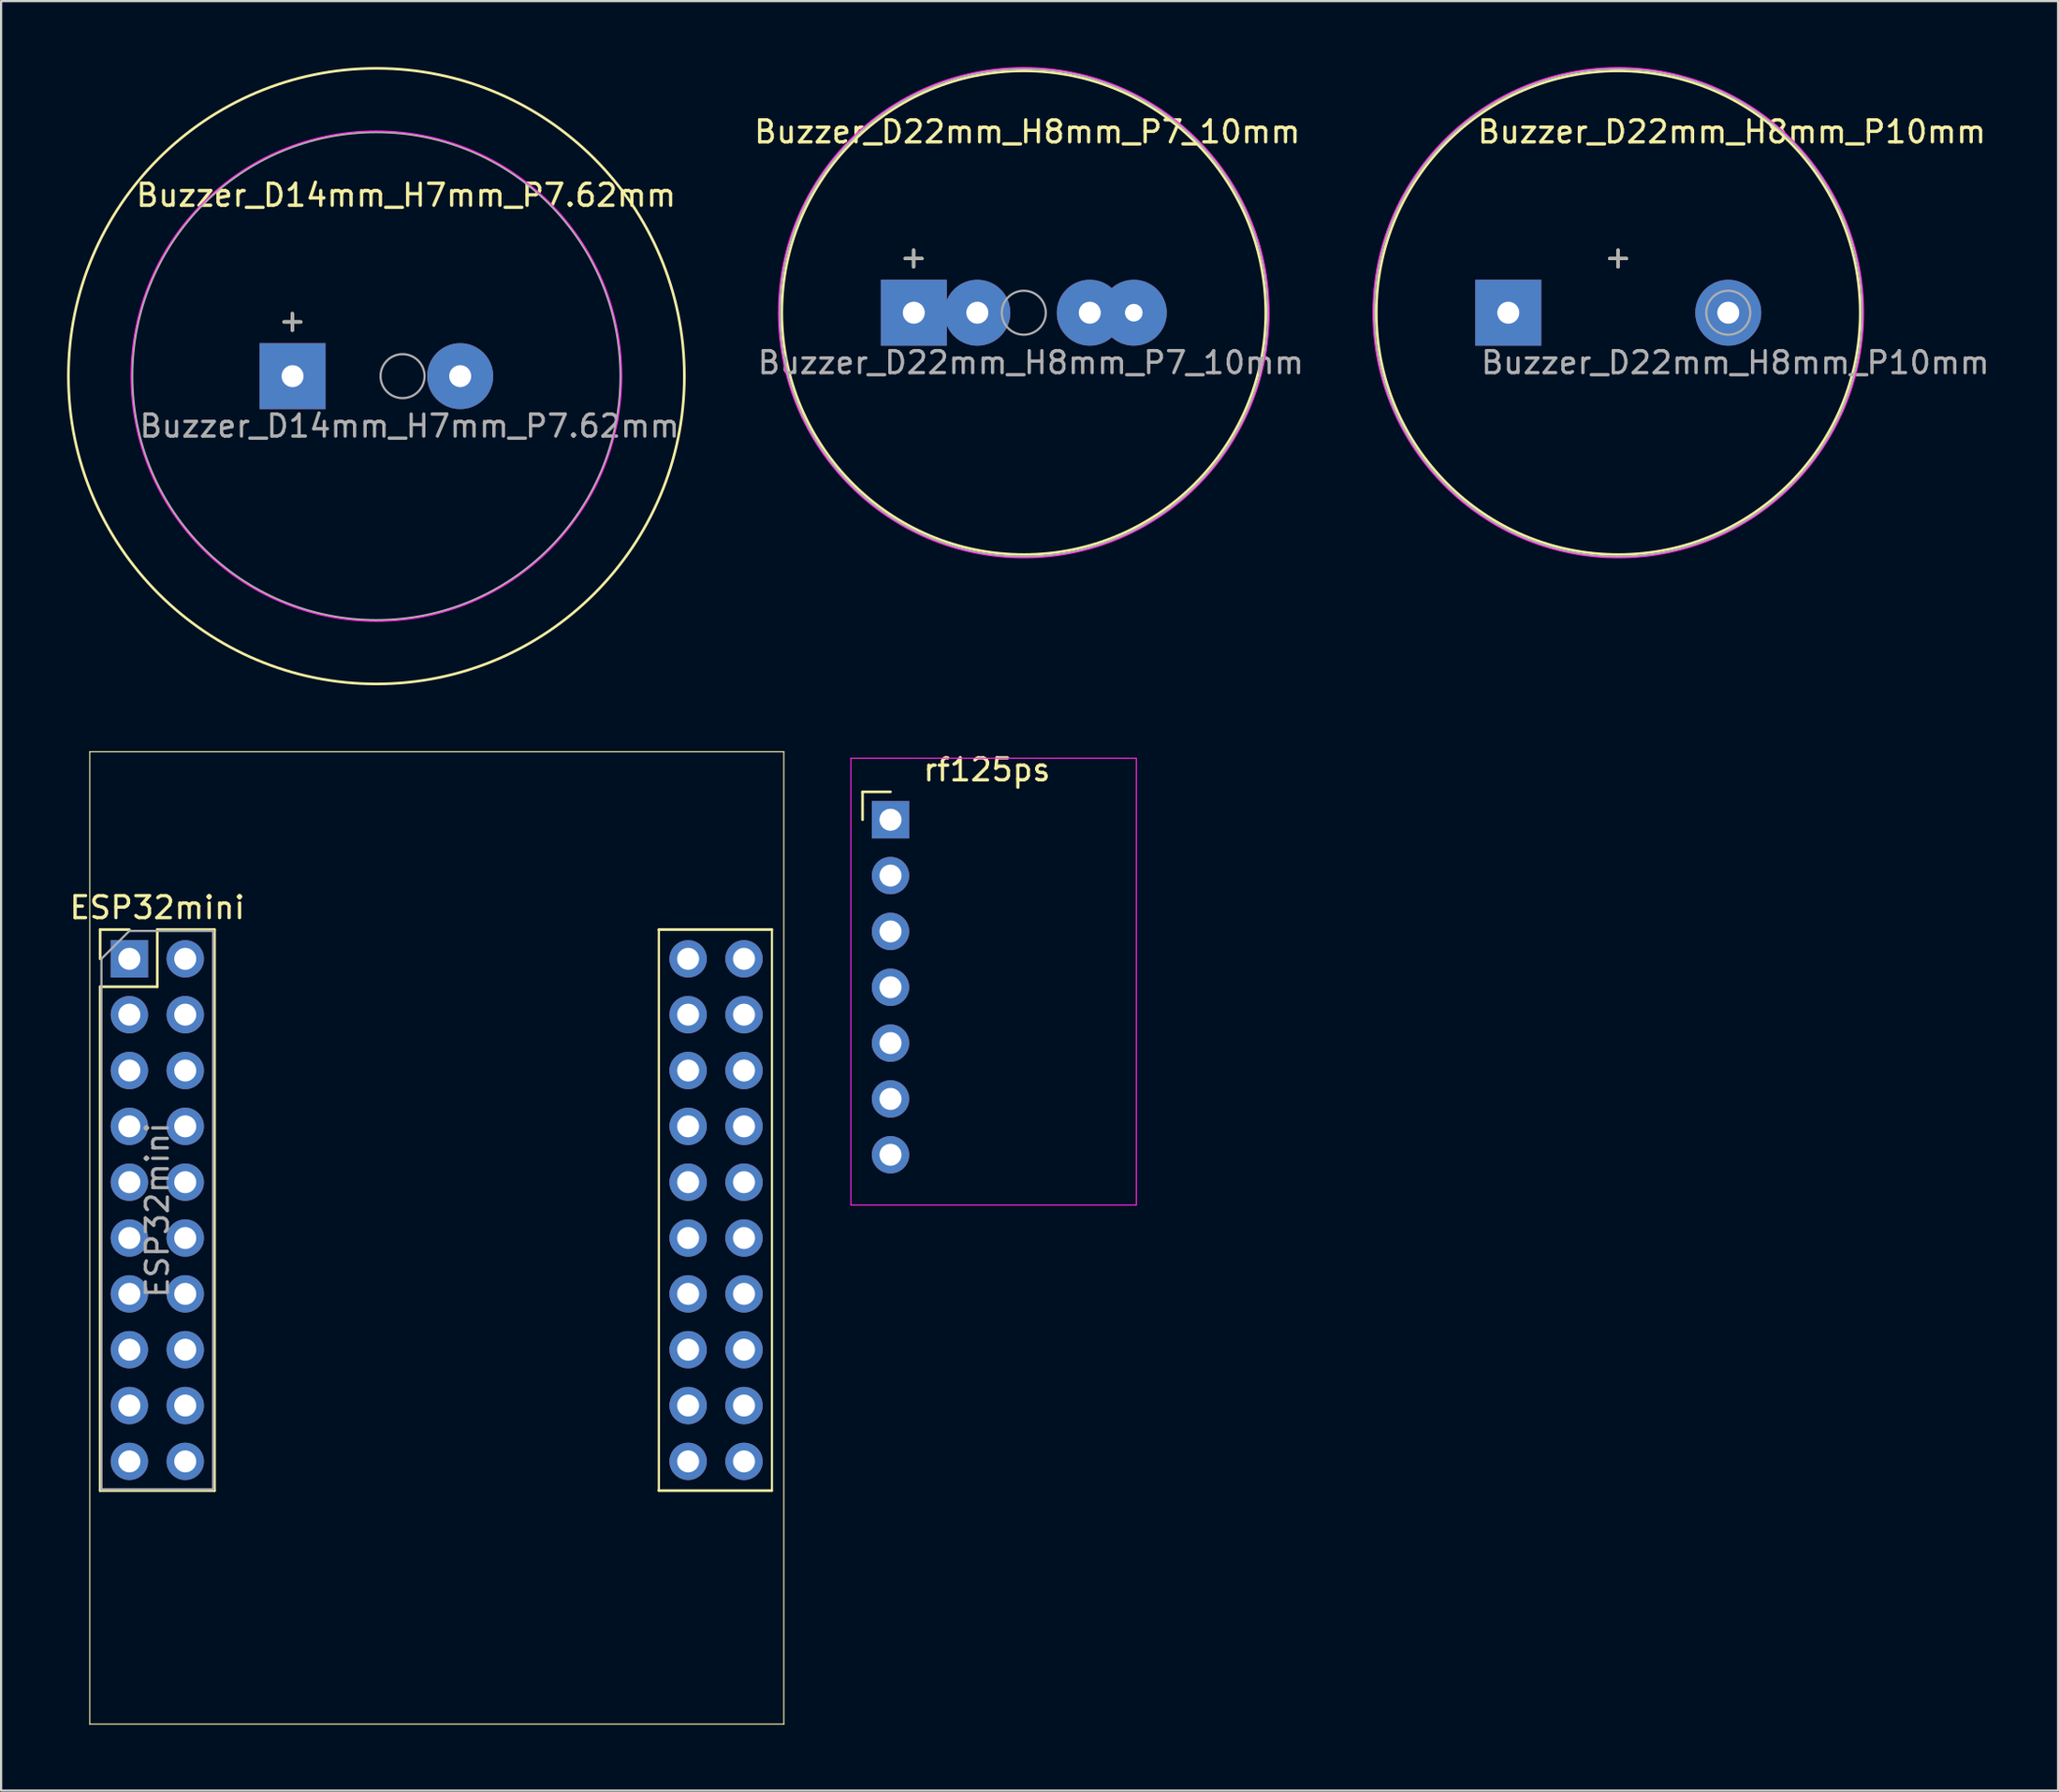
<source format=kicad_pcb>
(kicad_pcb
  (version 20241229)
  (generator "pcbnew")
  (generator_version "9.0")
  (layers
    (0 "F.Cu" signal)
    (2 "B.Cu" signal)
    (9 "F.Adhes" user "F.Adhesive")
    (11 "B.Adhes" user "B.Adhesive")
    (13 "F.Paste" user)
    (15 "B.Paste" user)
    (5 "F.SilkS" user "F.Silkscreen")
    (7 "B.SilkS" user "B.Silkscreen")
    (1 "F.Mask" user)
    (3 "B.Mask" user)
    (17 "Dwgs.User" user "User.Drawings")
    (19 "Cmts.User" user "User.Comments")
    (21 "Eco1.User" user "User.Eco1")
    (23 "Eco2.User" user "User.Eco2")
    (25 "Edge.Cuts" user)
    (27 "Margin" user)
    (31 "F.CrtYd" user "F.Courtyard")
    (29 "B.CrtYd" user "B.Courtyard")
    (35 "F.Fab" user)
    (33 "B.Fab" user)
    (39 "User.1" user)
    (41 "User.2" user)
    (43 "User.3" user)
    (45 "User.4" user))
  (footprint "Buzzer_D22mm_H8mm_P7_10mm"
    (layer "F.Cu")
    (at 38.49 11.175)
    (property "Reference" "Buzzer_D22mm_H8mm_P7_10mm" (at 5.16 -8.23 0) (layer "F.SilkS") (effects (font (size 1 1) (thickness 0.15))))
    (attr through_hole)
    (fp_circle (center 5 0) (end 16 0) (stroke (width 0.12) (type solid)) (fill no) (layer "F.SilkS"))
    (fp_circle (center 5 0) (end 16.15 0) (stroke (width 0.05) (type solid)) (fill no) (layer "F.CrtYd"))
    (fp_circle (center 5 0) (end 6 0) (stroke (width 0.1) (type solid)) (fill no) (layer "F.Fab"))
    (fp_circle (center 5 0) (end 16.1 0) (stroke (width 0.1) (type solid)) (fill no) (layer "F.Fab"))
    (fp_text user "+" (at -0.01 -2.54 0) (layer "F.SilkS") (effects (font (size 1 1) (thickness 0.15))))
    (fp_text user "+" (at -0.01 -2.54 0) (layer "F.Fab") (effects (font (size 1 1) (thickness 0.15))))
    (fp_text user "${REFERENCE}" (at 5.32 2.27 0) (layer "F.Fab") (effects (font (size 1 1) (thickness 0.15))))
    (pad "1" thru_hole rect (at 0 0) (size 3 3) (drill 1) (layers "*.Cu" "*.Mask"))
    (pad "1" thru_hole circle (at 2.888 0) (size 3 3) (drill 1) (layers "*.Cu" "*.Mask"))
    (pad "2" thru_hole circle (at 8 0) (size 3 3) (drill 1) (layers "*.Cu" "*.Mask"))
    (pad "2" thru_hole circle (at 10 0) (size 3 3) (drill 0.8) (layers "*.Cu" "*.Mask")))
  (footprint "rf125ps"
    (layer "F.Cu")
    (at 37.431 34.238)
    (property "Reference" "rf125ps" (at 4.385 -2.27 0) (layer "F.SilkS") (effects (font (size 1 1) (thickness 0.15))))
    (attr through_hole)
    (fp_line (start -1.27 -1.27) (end 0 -1.27) (stroke (width 0.12) (type solid)) (layer "F.SilkS"))
    (fp_line (start -1.27 0) (end -1.27 -1.27) (stroke (width 0.12) (type solid)) (layer "F.SilkS"))
    (fp_line (start -1.8 -2.8) (end -1.8 17.526) (stroke (width 0.05) (type solid)) (layer "F.CrtYd"))
    (fp_line (start -1.8 17.526) (end 11.176 17.526) (stroke (width 0.05) (type solid)) (layer "F.CrtYd"))
    (fp_line (start 11.176 -2.8) (end -1.8 -2.8) (stroke (width 0.05) (type solid)) (layer "F.CrtYd"))
    (fp_line (start 11.176 17.526) (end 11.176 -2.8) (stroke (width 0.05) (type solid)) (layer "F.CrtYd"))
    (fp_line (start -0.32 -0.32) (end -0.32 0.32) (stroke (width 0.1) (type solid)) (layer "F.Fab"))
    (fp_line (start -0.32 2.22) (end -0.32 2.86) (stroke (width 0.1) (type solid)) (layer "F.Fab"))
    (fp_line (start -0.32 4.76) (end -0.32 5.4) (stroke (width 0.1) (type solid)) (layer "F.Fab"))
    (fp_line (start -0.32 7.3) (end -0.32 7.94) (stroke (width 0.1) (type solid)) (layer "F.Fab"))
    (fp_line (start -0.32 9.84) (end -0.32 10.48) (stroke (width 0.1) (type solid)) (layer "F.Fab"))
    (fp_line (start -0.32 12.38) (end -0.32 13.02) (stroke (width 0.1) (type solid)) (layer "F.Fab"))
    (fp_line (start -0.32 14.92) (end -0.32 15.56) (stroke (width 0.1) (type solid)) (layer "F.Fab"))
    (pad "1" thru_hole rect (at 0 0) (size 1.7 1.7) (drill 1) (layers "*.Cu" "*.Mask"))
    (pad "2" thru_hole oval (at 0 2.54) (size 1.7 1.7) (drill 1) (layers "*.Cu" "*.Mask"))
    (pad "3" thru_hole oval (at 0 5.08) (size 1.7 1.7) (drill 1) (layers "*.Cu" "*.Mask"))
    (pad "4" thru_hole oval (at 0 7.62) (size 1.7 1.7) (drill 1) (layers "*.Cu" "*.Mask"))
    (pad "5" thru_hole oval (at 0 10.16) (size 1.7 1.7) (drill 1) (layers "*.Cu" "*.Mask"))
    (pad "6" thru_hole oval (at 0 12.7) (size 1.7 1.7) (drill 1) (layers "*.Cu" "*.Mask"))
    (pad "7" thru_hole oval (at 0 15.24) (size 1.7 1.7) (drill 1) (layers "*.Cu" "*.Mask")))
  (footprint "ESP32mini"
    (layer "F.Cu")
    (at 2.831 40.565)
    (property "Reference" "ESP32mini" (at 1.27 -2.33 0) (layer "F.SilkS") (effects (font (size 1 1) (thickness 0.15))))
    (attr through_hole)
    (fp_line (start -1.8 -9.42) (end -1.8 34.81) (stroke (width 0.05) (type solid)) (layer "F.SilkS"))
    (fp_line (start -1.8 34.81) (end 29.75 34.81) (stroke (width 0.05) (type solid)) (layer "F.SilkS"))
    (fp_line (start -1.33 -1.33) (end 0 -1.33) (stroke (width 0.12) (type solid)) (layer "F.SilkS"))
    (fp_line (start -1.33 0) (end -1.33 -1.33) (stroke (width 0.12) (type solid)) (layer "F.SilkS"))
    (fp_line (start -1.33 1.27) (end -1.33 24.19) (stroke (width 0.12) (type solid)) (layer "F.SilkS"))
    (fp_line (start -1.33 1.27) (end 1.27 1.27) (stroke (width 0.12) (type solid)) (layer "F.SilkS"))
    (fp_line (start -1.33 24.19) (end 3.87 24.19) (stroke (width 0.12) (type solid)) (layer "F.SilkS"))
    (fp_line (start 1.27 -1.33) (end 3.87 -1.33) (stroke (width 0.12) (type solid)) (layer "F.SilkS"))
    (fp_line (start 1.27 1.27) (end 1.27 -1.33) (stroke (width 0.12) (type solid)) (layer "F.SilkS"))
    (fp_line (start 3.87 -1.33) (end 3.87 24.19) (stroke (width 0.12) (type solid)) (layer "F.SilkS"))
    (fp_line (start 24.07 -1.33) (end 24.07 24.19) (stroke (width 0.1) (type solid)) (layer "F.SilkS"))
    (fp_line (start 24.07 -1.33) (end 29.21 -1.33) (stroke (width 0.12) (type solid)) (layer "F.SilkS"))
    (fp_line (start 24.07 24.19) (end 29.21 24.19) (stroke (width 0.12) (type solid)) (layer "F.SilkS"))
    (fp_line (start 29.21 -1.33) (end 29.21 24.13) (stroke (width 0.1) (type solid)) (layer "F.SilkS"))
    (fp_line (start 29.75 -9.42) (end -1.8 -9.42) (stroke (width 0.05) (type solid)) (layer "F.SilkS"))
    (fp_line (start 29.75 -9.42) (end 29.75 34.81) (stroke (width 0.05) (type solid)) (layer "F.SilkS"))
    (fp_line (start -1.27 0) (end 0 -1.27) (stroke (width 0.1) (type solid)) (layer "F.Fab"))
    (fp_line (start -1.27 24.13) (end -1.27 0) (stroke (width 0.1) (type solid)) (layer "F.Fab"))
    (fp_line (start 0 -1.27) (end 3.81 -1.27) (stroke (width 0.1) (type solid)) (layer "F.Fab"))
    (fp_line (start 3.81 -1.27) (end 3.81 24.13) (stroke (width 0.1) (type solid)) (layer "F.Fab"))
    (fp_line (start 3.81 24.13) (end -1.27 24.13) (stroke (width 0.1) (type solid)) (layer "F.Fab"))
    (fp_text user "${REFERENCE}" (at 1.27 11.43 90) (layer "F.Fab") (effects (font (size 1 1) (thickness 0.15))))
    (pad "1" thru_hole rect (at 0 0) (size 1.7 1.7) (drill 1) (layers "*.Cu" "*.Mask"))
    (pad "2" thru_hole oval (at 2.54 0) (size 1.7 1.7) (drill 1) (layers "*.Cu" "*.Mask"))
    (pad "3" thru_hole oval (at 0 2.54) (size 1.7 1.7) (drill 1) (layers "*.Cu" "*.Mask"))
    (pad "4" thru_hole oval (at 2.54 2.54) (size 1.7 1.7) (drill 1) (layers "*.Cu" "*.Mask"))
    (pad "5" thru_hole oval (at 0 5.08) (size 1.7 1.7) (drill 1) (layers "*.Cu" "*.Mask"))
    (pad "6" thru_hole oval (at 2.54 5.08) (size 1.7 1.7) (drill 1) (layers "*.Cu" "*.Mask"))
    (pad "7" thru_hole oval (at 0 7.62) (size 1.7 1.7) (drill 1) (layers "*.Cu" "*.Mask"))
    (pad "8" thru_hole oval (at 2.54 7.62) (size 1.7 1.7) (drill 1) (layers "*.Cu" "*.Mask"))
    (pad "9" thru_hole oval (at 0 10.16) (size 1.7 1.7) (drill 1) (layers "*.Cu" "*.Mask"))
    (pad "10" thru_hole oval (at 2.54 10.16) (size 1.7 1.7) (drill 1) (layers "*.Cu" "*.Mask"))
    (pad "11" thru_hole oval (at 0 12.7) (size 1.7 1.7) (drill 1) (layers "*.Cu" "*.Mask"))
    (pad "12" thru_hole oval (at 2.54 12.7) (size 1.7 1.7) (drill 1) (layers "*.Cu" "*.Mask"))
    (pad "13" thru_hole oval (at 0 15.24) (size 1.7 1.7) (drill 1) (layers "*.Cu" "*.Mask"))
    (pad "14" thru_hole oval (at 2.54 15.24) (size 1.7 1.7) (drill 1) (layers "*.Cu" "*.Mask"))
    (pad "15" thru_hole oval (at 0 17.78) (size 1.7 1.7) (drill 1) (layers "*.Cu" "*.Mask"))
    (pad "16" thru_hole oval (at 2.54 17.78) (size 1.7 1.7) (drill 1) (layers "*.Cu" "*.Mask"))
    (pad "17" thru_hole oval (at 0 20.32) (size 1.7 1.7) (drill 1) (layers "*.Cu" "*.Mask"))
    (pad "18" thru_hole oval (at 2.54 20.32) (size 1.7 1.7) (drill 1) (layers "*.Cu" "*.Mask"))
    (pad "19" thru_hole oval (at 0 22.86) (size 1.7 1.7) (drill 1) (layers "*.Cu" "*.Mask"))
    (pad "20" thru_hole oval (at 2.54 22.86) (size 1.7 1.7) (drill 1) (layers "*.Cu" "*.Mask"))
    (pad "21" thru_hole oval (at 25.4 0) (size 1.7 1.7) (drill 1) (layers "*.Cu" "*.Mask"))
    (pad "22" thru_hole oval (at 27.94 0) (size 1.7 1.7) (drill 1) (layers "*.Cu" "*.Mask"))
    (pad "23" thru_hole oval (at 25.4 2.54) (size 1.7 1.7) (drill 1) (layers "*.Cu" "*.Mask"))
    (pad "24" thru_hole oval (at 27.94 2.54) (size 1.7 1.7) (drill 1) (layers "*.Cu" "*.Mask"))
    (pad "25" thru_hole oval (at 25.4 5.08) (size 1.7 1.7) (drill 1) (layers "*.Cu" "*.Mask"))
    (pad "26" thru_hole oval (at 27.94 5.08) (size 1.7 1.7) (drill 1) (layers "*.Cu" "*.Mask"))
    (pad "27" thru_hole oval (at 25.4 7.62) (size 1.7 1.7) (drill 1) (layers "*.Cu" "*.Mask"))
    (pad "28" thru_hole oval (at 27.94 7.62) (size 1.7 1.7) (drill 1) (layers "*.Cu" "*.Mask"))
    (pad "29" thru_hole oval (at 25.4 10.16) (size 1.7 1.7) (drill 1) (layers "*.Cu" "*.Mask"))
    (pad "30" thru_hole oval (at 27.94 10.16) (size 1.7 1.7) (drill 1) (layers "*.Cu" "*.Mask"))
    (pad "31" thru_hole oval (at 25.4 12.7) (size 1.7 1.7) (drill 1) (layers "*.Cu" "*.Mask"))
    (pad "32" thru_hole oval (at 27.94 12.7) (size 1.7 1.7) (drill 1) (layers "*.Cu" "*.Mask"))
    (pad "33" thru_hole oval (at 25.4 15.24) (size 1.7 1.7) (drill 1) (layers "*.Cu" "*.Mask"))
    (pad "34" thru_hole oval (at 27.94 15.24) (size 1.7 1.7) (drill 1) (layers "*.Cu" "*.Mask"))
    (pad "35" thru_hole oval (at 25.4 17.78) (size 1.7 1.7) (drill 1) (layers "*.Cu" "*.Mask"))
    (pad "36" thru_hole oval (at 27.94 17.78) (size 1.7 1.7) (drill 1) (layers "*.Cu" "*.Mask"))
    (pad "37" thru_hole oval (at 25.4 20.32) (size 1.7 1.7) (drill 1) (layers "*.Cu" "*.Mask"))
    (pad "38" thru_hole oval (at 27.94 20.32) (size 1.7 1.7) (drill 1) (layers "*.Cu" "*.Mask"))
    (pad "39" thru_hole oval (at 25.4 22.86) (size 1.7 1.7) (drill 1) (layers "*.Cu" "*.Mask"))
    (pad "40" thru_hole oval (at 27.94 22.86) (size 1.7 1.7) (drill 1) (layers "*.Cu" "*.Mask")))
  (footprint "Buzzer_D14mm_H7mm_P7.62mm"
    (layer "F.Cu")
    (at 10.25 14.06)
    (property "Reference" "Buzzer_D14mm_H7mm_P7.62mm" (at 5.16 -8.23 0) (layer "F.SilkS") (effects (font (size 1 1) (thickness 0.15))))
    (attr through_hole)
    (fp_circle (center 3.81 0) (end 17.81 0) (stroke (width 0.12) (type solid)) (fill no) (layer "F.SilkS"))
    (fp_circle (center 3.81 0) (end 14.96 0) (stroke (width 0.05) (type solid)) (fill no) (layer "F.CrtYd"))
    (fp_circle (center 3.81 0) (end 14.91 0) (stroke (width 0.1) (type solid)) (fill no) (layer "F.Fab"))
    (fp_circle (center 5 0) (end 6 0) (stroke (width 0.1) (type solid)) (fill no) (layer "F.Fab"))
    (fp_text user "+" (at -0.01 -2.54 0) (layer "F.SilkS") (effects (font (size 1 1) (thickness 0.15))))
    (fp_text user "${REFERENCE}" (at 5.32 2.27 0) (layer "F.Fab") (effects (font (size 1 1) (thickness 0.15))))
    (fp_text user "+" (at -0.01 -2.54 0) (layer "F.Fab") (effects (font (size 1 1) (thickness 0.15))))
    (pad "1" thru_hole rect (at 0 0) (size 3 3) (drill 1) (layers "*.Cu" "*.Mask"))
    (pad "2" thru_hole circle (at 7.62 0) (size 3 3) (drill 1) (layers "*.Cu" "*.Mask")))
  (footprint "Buzzer_D22mm_H8mm_P10mm"
    (layer "F.Cu")
    (at 70.515 11.175)
    (property "Reference" "Buzzer_D22mm_H8mm_P10mm" (at 5.16 -8.23 0) (layer "F.SilkS") (effects (font (size 1 1) (thickness 0.15))))
    (attr through_hole)
    (fp_circle (center 0 0) (end 11 0) (stroke (width 0.12) (type solid)) (fill no) (layer "F.SilkS"))
    (fp_circle (center 0 0) (end 11.15 0) (stroke (width 0.05) (type solid)) (fill no) (layer "F.CrtYd"))
    (fp_circle (center 0 0) (end 11.1 0) (stroke (width 0.1) (type solid)) (fill no) (layer "F.Fab"))
    (fp_circle (center 5 0) (end 6 0) (stroke (width 0.1) (type solid)) (fill no) (layer "F.Fab"))
    (fp_text user "+" (at -0.01 -2.54 0) (layer "F.SilkS") (effects (font (size 1 1) (thickness 0.15))))
    (fp_text user "${REFERENCE}" (at 5.32 2.27 0) (layer "F.Fab") (effects (font (size 1 1) (thickness 0.15))))
    (fp_text user "+" (at -0.01 -2.54 0) (layer "F.Fab") (effects (font (size 1 1) (thickness 0.15))))
    (pad "1" thru_hole rect (at -5 0) (size 3 3) (drill 1) (layers "*.Cu" "*.Mask"))
    (pad "2" thru_hole circle (at 5 0) (size 3 3) (drill 1) (layers "*.Cu" "*.Mask")))
  (gr_rect
    (start -3 -3)
    (end 90.507 78.4)
    (stroke (width 0.1) (type default))
    (fill no)
    (layer "Edge.Cuts")))
</source>
